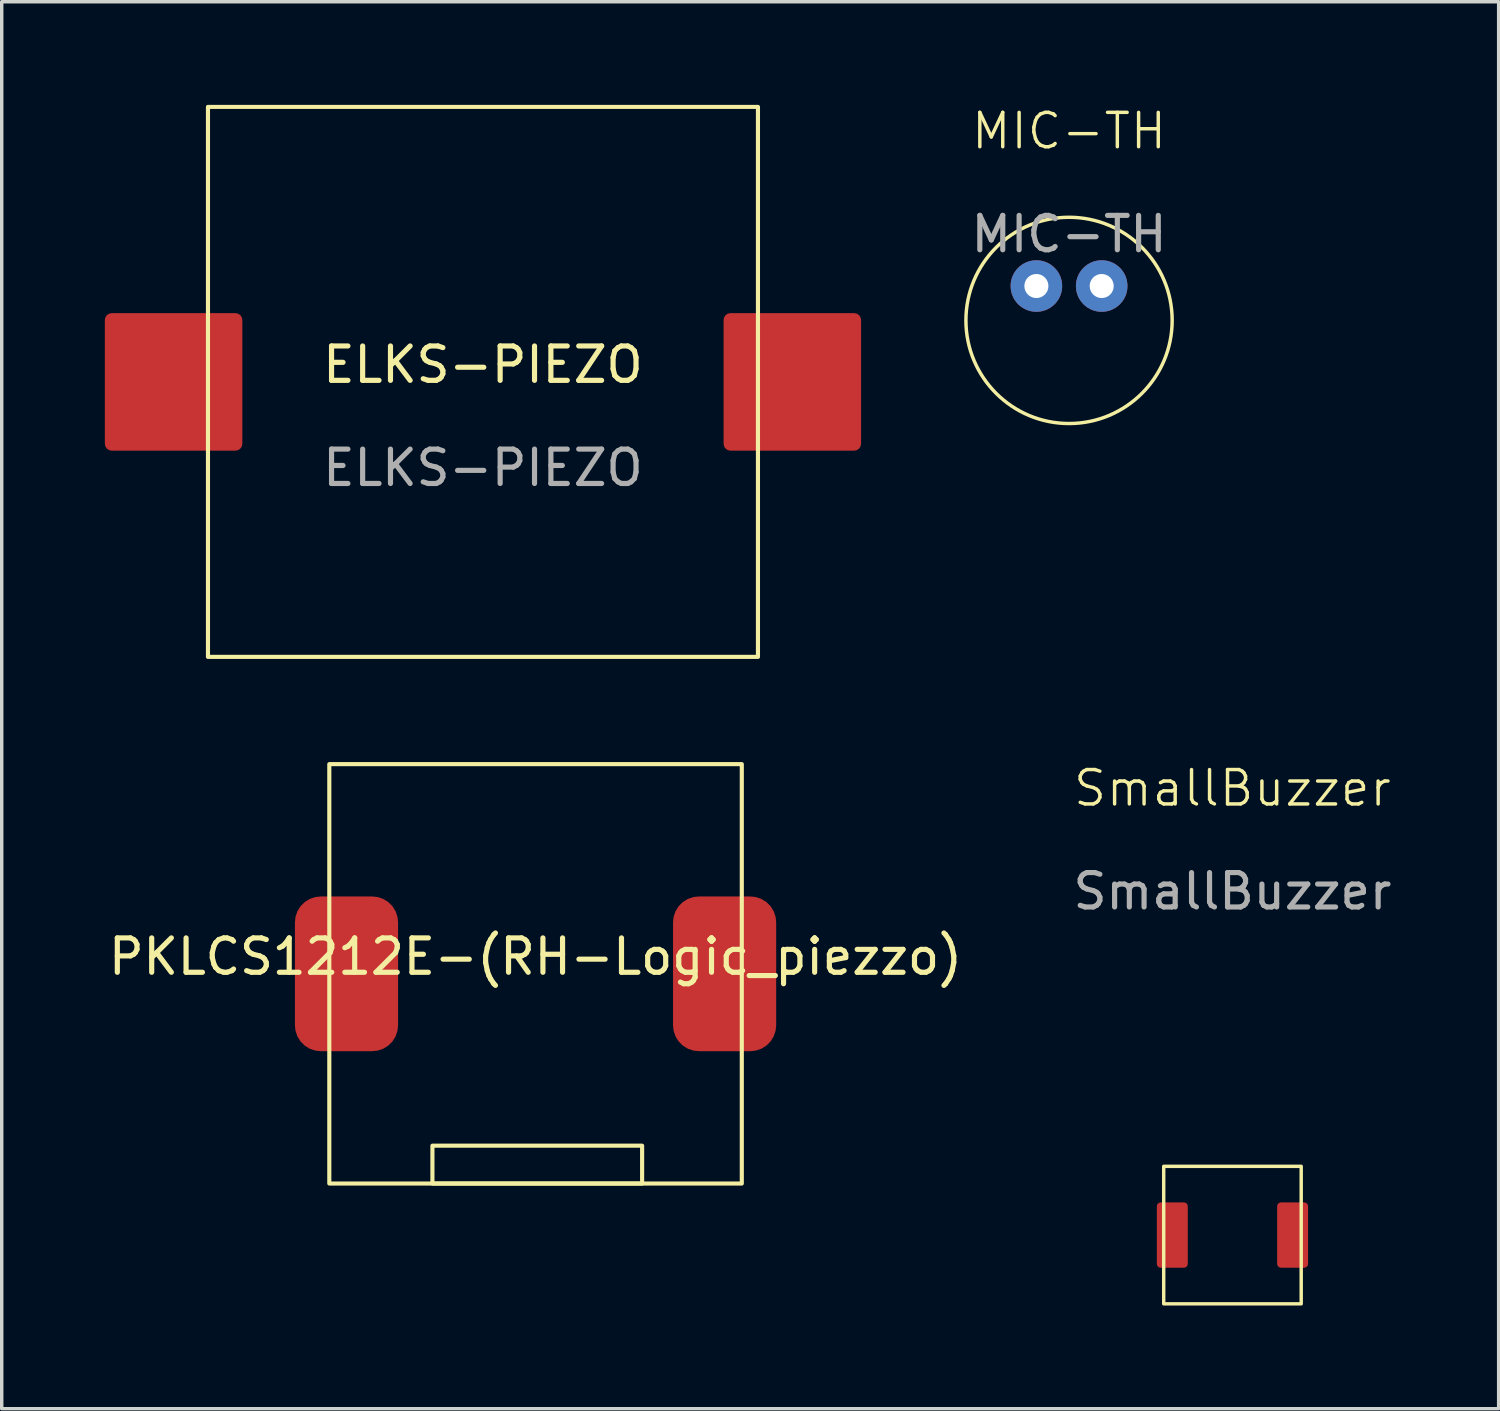
<source format=kicad_pcb>
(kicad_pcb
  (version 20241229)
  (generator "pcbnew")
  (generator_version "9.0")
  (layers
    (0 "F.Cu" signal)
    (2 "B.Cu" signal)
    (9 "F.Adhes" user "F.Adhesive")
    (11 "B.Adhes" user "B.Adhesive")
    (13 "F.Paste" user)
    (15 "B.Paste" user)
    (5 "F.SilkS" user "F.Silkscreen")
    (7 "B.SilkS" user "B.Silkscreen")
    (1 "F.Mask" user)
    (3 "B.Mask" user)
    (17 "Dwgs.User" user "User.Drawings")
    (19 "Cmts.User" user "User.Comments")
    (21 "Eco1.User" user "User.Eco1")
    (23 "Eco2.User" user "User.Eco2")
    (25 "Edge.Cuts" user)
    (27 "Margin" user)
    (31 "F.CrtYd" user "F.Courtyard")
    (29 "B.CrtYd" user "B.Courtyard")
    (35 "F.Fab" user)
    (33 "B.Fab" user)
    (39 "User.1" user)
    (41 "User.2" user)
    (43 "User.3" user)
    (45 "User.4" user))
  (footprint "MIC-TH"
    (layer "F.Cu")
    (at 28.05 6.271)
    (property "Reference" "MIC-TH" (at 0 -5.51 0) (unlocked yes) (layer "F.SilkS") (effects (font (size 1 1) (thickness 0.1))))
    (attr through_hole)
    (fp_circle (center 0 0) (end 3 0) (stroke (width 0.1) (type default)) (fill no) (layer "F.SilkS"))
    (fp_text user "${REFERENCE}" (at 0 -2.51 0) (unlocked yes) (layer "F.Fab") (effects (font (size 1 1) (thickness 0.15))))
    (pad "1" thru_hole circle (at -0.95 -1) (size 1.5 1.5) (drill 0.7) (layers "*.Cu" "*.Mask"))
    (pad "2" thru_hole circle (at 0.95 -1) (size 1.5 1.5) (drill 0.7) (layers "*.Cu" "*.Mask")))
  (footprint "SmallBuzzer"
    (layer "F.Cu")
    (at 32.804 32.88)
    (property "Reference" "SmallBuzzer" (at 0 -13 0) (unlocked yes) (layer "F.SilkS") (effects (font (size 1 1) (thickness 0.1))))
    (attr smd)
    (fp_rect (start -2 -2) (end 2 2) (stroke (width 0.1) (type default)) (fill no) (layer "F.SilkS"))
    (fp_text user "${REFERENCE}" (at 0 -10 0) (unlocked yes) (layer "F.Fab") (effects (font (size 1 1) (thickness 0.15))))
    (pad "1" smd roundrect (at -1.75 0 90) (size 1.9 0.9) (layers "F.Cu" "F.Mask" "F.Paste") (roundrect_rratio 0.125))
    (pad "2" smd roundrect (at 1.75 0 90) (size 1.9 0.9) (layers "F.Cu" "F.Mask" "F.Paste") (roundrect_rratio 0.125)))
  (footprint "PKLCS1212E-(RH-Logic_piezzo)"
    (layer "F.Cu")
    (at 12.53 25.28)
    (property "Reference" "PKLCS1212E-(RH-Logic_piezzo)" (at 0 -0.5 0) (unlocked yes) (layer "F.SilkS") (effects (font (size 1 1) (thickness 0.15))))
    (attr smd)
    (fp_rect (start -6 -6.1) (end 6 6.1) (stroke (width 0.12) (type solid)) (fill no) (layer "F.SilkS"))
    (fp_rect (start -3 6.1) (end 3.1 5) (stroke (width 0.12) (type solid)) (fill no) (layer "F.SilkS"))
    (pad "1" smd roundrect (at -5.5 0 180) (size 3 4.5) (layers "F.Cu" "F.Mask" "F.Paste") (roundrect_rratio 0.25))
    (pad "2" smd roundrect (at 5.5 0 90) (size 4.5 3) (layers "F.Cu" "F.Mask" "F.Paste") (roundrect_rratio 0.25)))
  (footprint "ELKS-PIEZO"
    (layer "F.Cu")
    (at 11 8.06)
    (property "Reference" "ELKS-PIEZO" (at 0 -0.5 0) (unlocked yes) (layer "F.SilkS") (effects (font (size 1 1) (thickness 0.15))))
    (attr smd)
    (fp_rect (start -8 -8) (end 8 8) (stroke (width 0.12) (type solid)) (fill no) (layer "F.SilkS"))
    (fp_text user "${REFERENCE}" (at 0 2.5 0) (unlocked yes) (layer "F.Fab") (effects (font (size 1 1) (thickness 0.15))))
    (pad "1" smd roundrect (at 9 0) (size 4 4) (layers "F.Cu" "F.Mask" "F.Paste") (roundrect_rratio 0.05))
    (pad "2" smd roundrect (at -9 0) (size 4 4) (layers "F.Cu" "F.Mask" "F.Paste") (roundrect_rratio 0.05)))
  (gr_rect
    (start -3 -3)
    (end 40.548 37.931)
    (stroke (width 0.1) (type default))
    (fill no)
    (layer "Edge.Cuts")))
</source>
